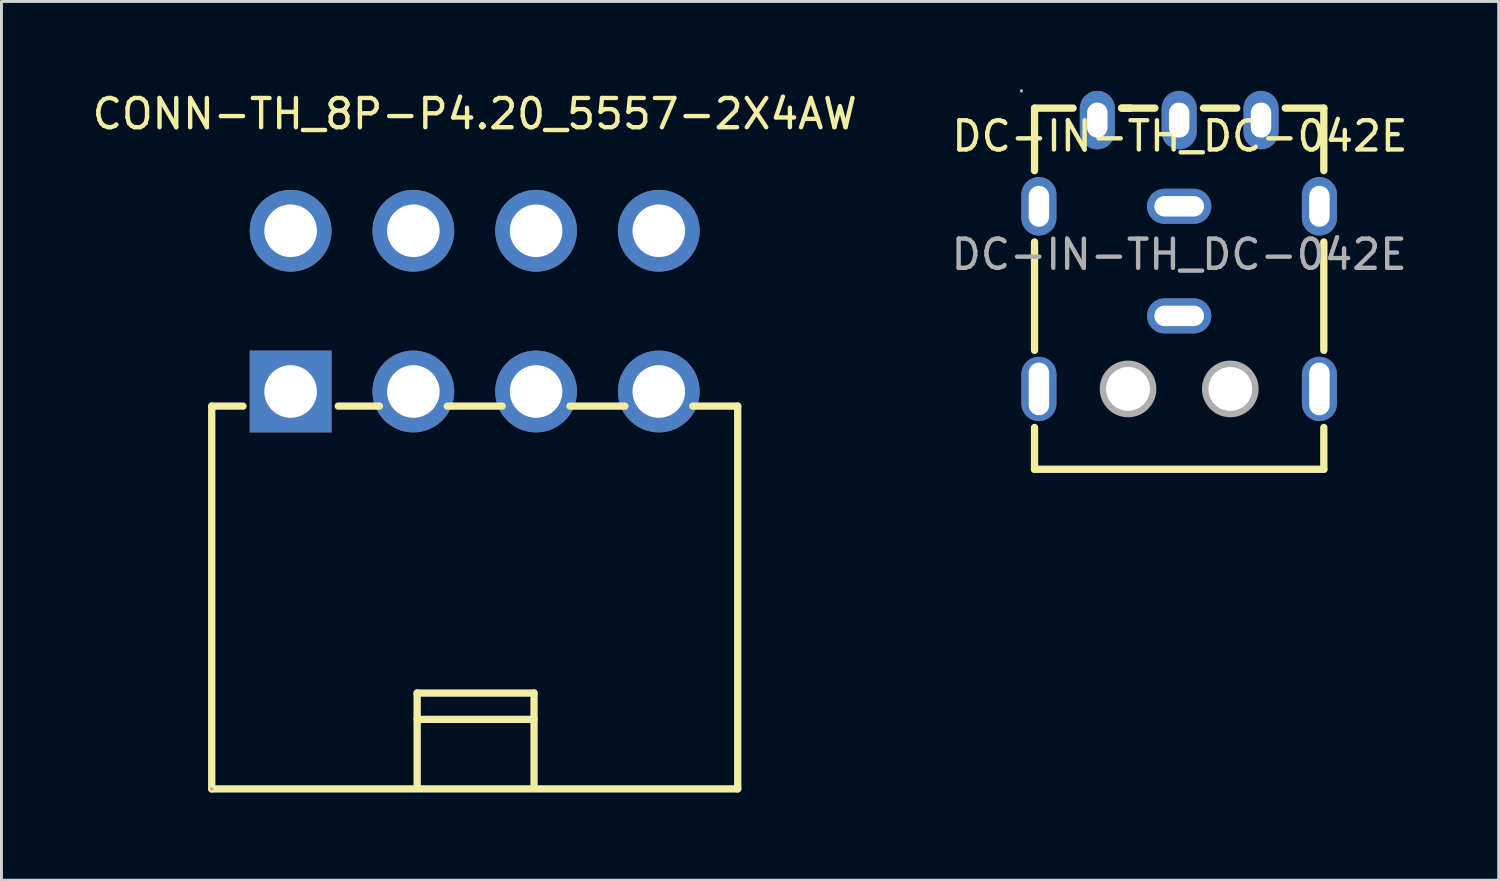
<source format=kicad_pcb>
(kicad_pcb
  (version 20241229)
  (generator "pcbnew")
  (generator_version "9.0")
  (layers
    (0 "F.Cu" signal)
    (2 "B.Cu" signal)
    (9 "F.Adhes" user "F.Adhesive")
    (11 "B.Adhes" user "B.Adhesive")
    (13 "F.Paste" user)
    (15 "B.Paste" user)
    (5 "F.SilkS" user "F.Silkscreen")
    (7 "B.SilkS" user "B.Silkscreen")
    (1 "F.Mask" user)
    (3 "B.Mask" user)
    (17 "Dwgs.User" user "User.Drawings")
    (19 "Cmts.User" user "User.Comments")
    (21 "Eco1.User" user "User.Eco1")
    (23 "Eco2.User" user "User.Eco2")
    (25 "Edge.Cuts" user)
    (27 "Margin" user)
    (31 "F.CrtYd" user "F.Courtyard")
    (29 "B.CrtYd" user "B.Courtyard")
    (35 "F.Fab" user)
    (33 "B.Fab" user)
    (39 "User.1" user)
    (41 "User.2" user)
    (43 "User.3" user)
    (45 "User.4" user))
  (footprint "CONN-TH_8P-P4.20_5557-2X4AW"
    (layer "F.Cu")
    (at 13.196 7.598)
    (property "Reference" "CONN-TH_8P-P4.20_5557-2X4AW" (at 0 -6.75 0) (layer "F.SilkS") (effects (font (size 1 1) (thickness 0.15))))
    (attr through_hole)
    (fp_line (start -9 3.25) (end -7.93 3.25) (stroke (width 0.25) (type solid)) (layer "F.SilkS"))
    (fp_line (start -9 16.35) (end -9 3.25) (stroke (width 0.25) (type solid)) (layer "F.SilkS"))
    (fp_line (start -9 16.35) (end 9 16.35) (stroke (width 0.25) (type solid)) (layer "F.SilkS"))
    (fp_line (start -4.67 3.25) (end -3.26 3.25) (stroke (width 0.25) (type solid)) (layer "F.SilkS"))
    (fp_line (start -1.97 16.27) (end -1.97 13.07) (stroke (width 0.25) (type solid)) (layer "F.SilkS"))
    (fp_line (start -0.94 3.25) (end 0.94 3.25) (stroke (width 0.25) (type solid)) (layer "F.SilkS"))
    (fp_line (start 2.03 13.07) (end -1.97 13.07) (stroke (width 0.25) (type solid)) (layer "F.SilkS"))
    (fp_line (start 2.03 13.97) (end -1.97 13.97) (stroke (width 0.25) (type solid)) (layer "F.SilkS"))
    (fp_line (start 2.03 16.27) (end 2.03 13.07) (stroke (width 0.25) (type solid)) (layer "F.SilkS"))
    (fp_line (start 3.26 3.25) (end 5.14 3.25) (stroke (width 0.25) (type solid)) (layer "F.SilkS"))
    (fp_line (start 9 3.25) (end 7.46 3.25) (stroke (width 0.25) (type solid)) (layer "F.SilkS"))
    (fp_line (start 9 16.35) (end 9 3.25) (stroke (width 0.25) (type solid)) (layer "F.SilkS"))
    (fp_circle (center -9 16.35) (end -8.97 16.35) (stroke (width 0.06) (type solid)) (fill no) (layer "F.Fab"))
    (pad "1" thru_hole rect (at -6.3 2.75) (size 2.8 2.8) (drill 1.8) (layers "*.Cu" "*.Paste" "*.Mask"))
    (pad "2" thru_hole circle (at -6.3 -2.75) (size 2.8 2.8) (drill 1.8) (layers "*.Cu" "*.Paste" "*.Mask"))
    (pad "3" thru_hole circle (at -2.1 2.75) (size 2.8 2.8) (drill 1.8) (layers "*.Cu" "*.Paste" "*.Mask"))
    (pad "4" thru_hole circle (at -2.1 -2.75) (size 2.8 2.8) (drill 1.8) (layers "*.Cu" "*.Paste" "*.Mask"))
    (pad "5" thru_hole circle (at 2.1 2.75) (size 2.8 2.8) (drill 1.8) (layers "*.Cu" "*.Paste" "*.Mask"))
    (pad "6" thru_hole circle (at 2.1 -2.75) (size 2.8 2.8) (drill 1.8) (layers "*.Cu" "*.Paste" "*.Mask"))
    (pad "7" thru_hole circle (at 6.3 2.75) (size 2.8 2.8) (drill 1.8) (layers "*.Cu" "*.Paste" "*.Mask"))
    (pad "8" thru_hole circle (at 6.3 -2.75) (size 2.8 2.8) (drill 1.8) (layers "*.Cu" "*.Paste" "*.Mask")))
  (footprint "DC-IN-TH_DC-042E"
    (layer "F.Cu")
    (at 37.304 5.66)
    (property "Reference" "DC-IN-TH_DC-042E" (at 0.025 -4.05 0) (layer "F.SilkS") (effects (font (size 1 1) (thickness 0.15))))
    (attr through_hole)
    (fp_line (start -4.95 -5.01) (end -3.63 -5.01) (stroke (width 0.25) (type solid)) (layer "F.SilkS"))
    (fp_line (start -4.95 -2.87) (end -4.95 -5.01) (stroke (width 0.25) (type solid)) (layer "F.SilkS"))
    (fp_line (start -4.95 3.28) (end -4.95 -0.43) (stroke (width 0.25) (type solid)) (layer "F.SilkS"))
    (fp_line (start -4.95 7.35) (end -4.95 5.92) (stroke (width 0.25) (type solid)) (layer "F.SilkS"))
    (fp_line (start -1.97 -5.01) (end -1.65 -5.01) (stroke (width 0.25) (type solid)) (layer "F.SilkS"))
    (fp_line (start -1.97 -5.01) (end -0.83 -5.01) (stroke (width 0.25) (type solid)) (layer "F.SilkS"))
    (fp_line (start 0.83 -5.01) (end 1.97 -5.01) (stroke (width 0.25) (type solid)) (layer "F.SilkS"))
    (fp_line (start 3.63 -5.01) (end 4.95 -5.01) (stroke (width 0.25) (type solid)) (layer "F.SilkS"))
    (fp_line (start 4.95 -5.01) (end 4.95 -2.87) (stroke (width 0.25) (type solid)) (layer "F.SilkS"))
    (fp_line (start 4.95 -0.43) (end 4.95 3.28) (stroke (width 0.25) (type solid)) (layer "F.SilkS"))
    (fp_line (start 4.95 5.92) (end 4.95 7.35) (stroke (width 0.25) (type solid)) (layer "F.SilkS"))
    (fp_line (start 4.95 7.35) (end -4.95 7.35) (stroke (width 0.25) (type solid)) (layer "F.SilkS"))
    (fp_circle (center -5.4 -5.6) (end -5.37 -5.6) (stroke (width 0.06) (type solid)) (fill no) (layer "F.Fab"))
    (fp_circle (center -1.75 4.6) (end -1.43 4.6) (stroke (width 0.65) (type solid)) (fill no) (layer "F.Fab"))
    (fp_circle (center 1.75 4.6) (end 2.07 4.6) (stroke (width 0.65) (type solid)) (fill no) (layer "F.Fab"))
    (fp_text user "${REFERENCE}" (at 0 0 0) (layer "F.Fab") (effects (font (size 1 1) (thickness 0.15))))
    (pad "" thru_hole circle (at -1.75 4.6) (size 1.5 1.5) (drill 1.5) (layers "*.Cu" "*.Mask"))
    (pad "" thru_hole circle (at 1.75 4.6) (size 1.5 1.5) (drill 1.5) (layers "*.Cu" "*.Mask"))
    (pad "1" thru_hole oval (at -4.8 -1.65) (size 1.2 2) (drill oval 0.7 1.4) (layers "*.Cu" "*.Paste" "*.Mask"))
    (pad "1" thru_hole oval (at -4.8 4.6) (size 1.2 2.2) (drill oval 0.7 1.8) (layers "*.Cu" "*.Paste" "*.Mask"))
    (pad "1" thru_hole oval (at 4.8 -1.65) (size 1.2 2) (drill oval 0.7 1.4) (layers "*.Cu" "*.Paste" "*.Mask"))
    (pad "1" thru_hole oval (at 4.8 4.6) (size 1.2 2.2) (drill oval 0.7 1.8) (layers "*.Cu" "*.Paste" "*.Mask"))
    (pad "2" thru_hole oval (at 0 -1.65) (size 2.2 1.2) (drill oval 1.7 0.7) (layers "*.Cu" "*.Paste" "*.Mask"))
    (pad "2" thru_hole oval (at 0 2.1) (size 2.2 1.2) (drill oval 1.7 0.7) (layers "*.Cu" "*.Paste" "*.Mask"))
    (pad "3" thru_hole oval (at -2.8 -4.6) (size 1.2 2) (drill oval 0.7 1.2) (layers "*.Cu" "*.Paste" "*.Mask"))
    (pad "3" thru_hole oval (at 2.8 -4.6) (size 1.2 2) (drill oval 0.7 1.2) (layers "*.Cu" "*.Paste" "*.Mask"))
    (pad "4" thru_hole oval (at 0 -4.6) (size 1.2 2) (drill oval 0.7 1.2) (layers "*.Cu" "*.Paste" "*.Mask")))
  (gr_rect
    (start -3 -3)
    (end 48.239 27.073)
    (stroke (width 0.1) (type default))
    (fill no)
    (layer "Edge.Cuts")))
</source>
